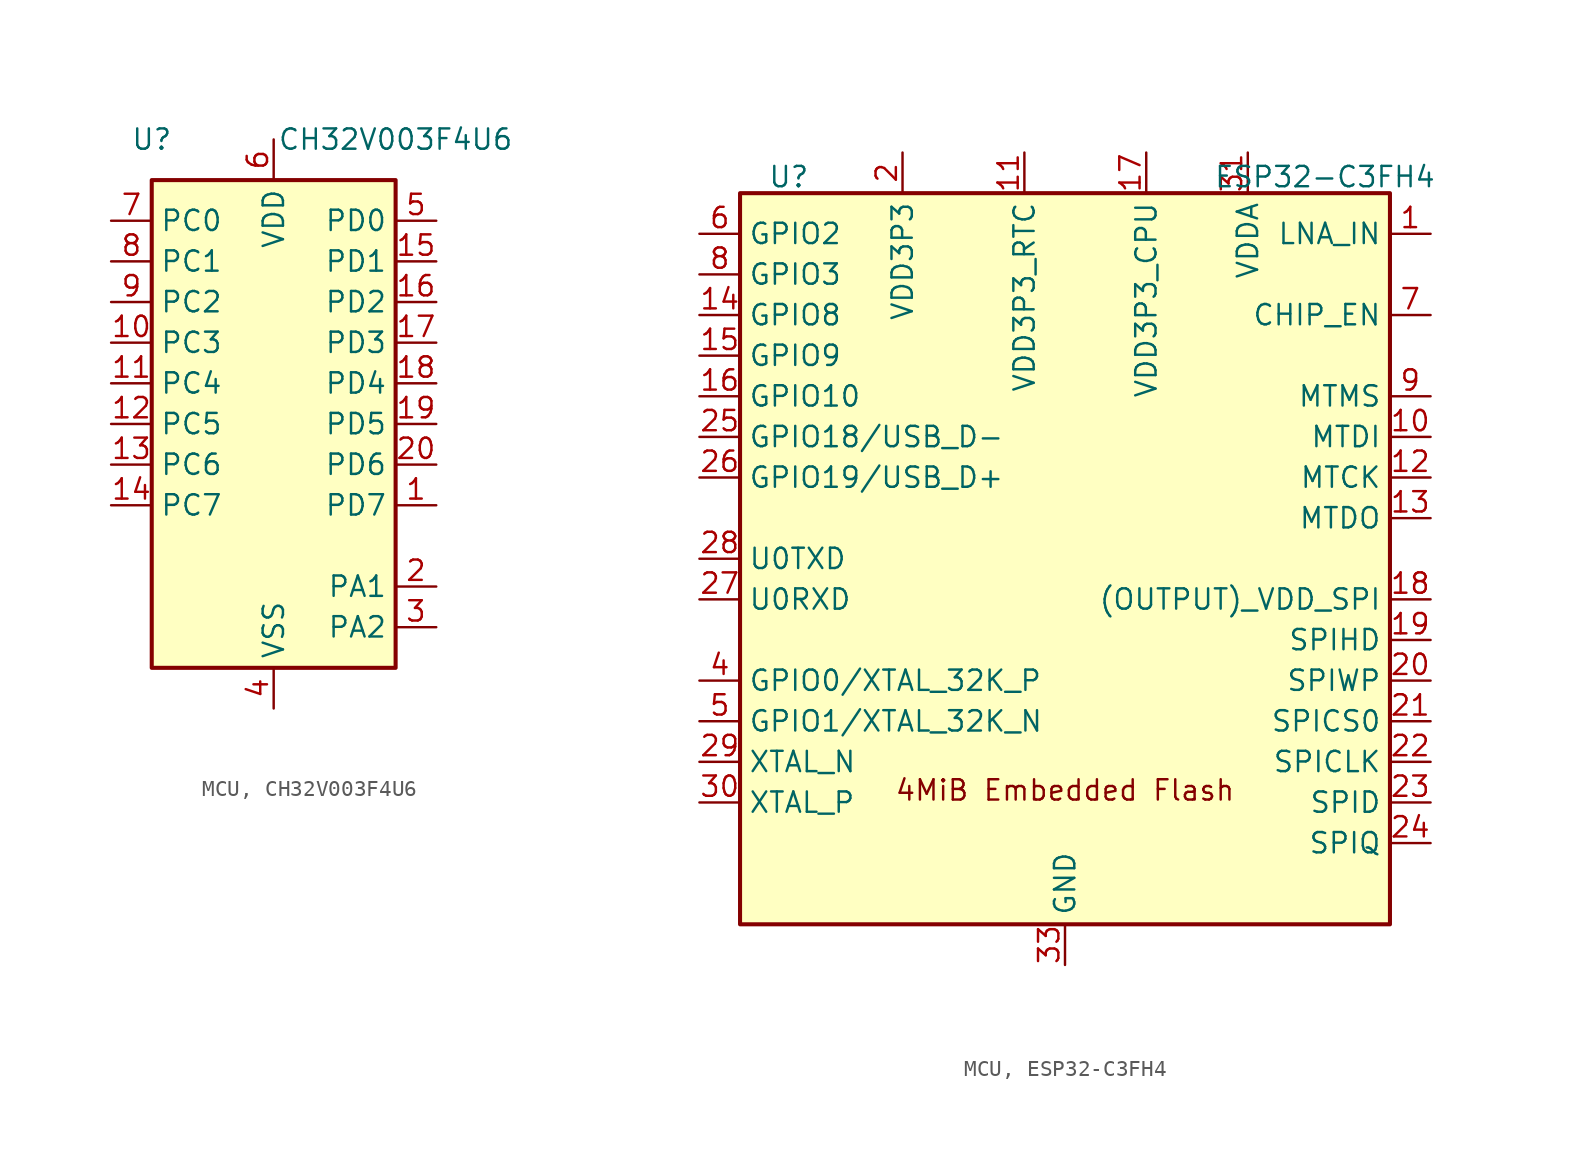
<source format=kicad_sym>
(kicad_symbol_lib
  (version 20231120)
  (generator "kicad_symbol_editor")
  (generator_version "8.0")
  (symbol "MCU, CH32V003F4U6"
    (property "Reference" "U"
      (at -7.62 17.78 0)
      (effects (font (size 1.27 1.27))))
    (property "Value" "CH32V003F4U6"
      (at 7.62 17.78 0)
      (effects (font (size 1.27 1.27))))
    (symbol "MCU, CH32V003F4U6_1_1"
      (rectangle (start -7.62 15.24) (end 7.62 -15.24) (stroke (width 0.254) (type default)) (fill (type background)))
      (pin bidirectional line (at 10.16 -5.08 180) (length 2.54) (name "PD7" (effects (font (size 1.27 1.27)))) (number "1" (effects (font (size 1.27 1.27)))) (alternate "NRST" bidirectional line) (alternate "OPP1" bidirectional line) (alternate "T2CH4" bidirectional line) (alternate "T2CH4_2" bidirectional line) (alternate "UCK_1" bidirectional line) (alternate "UCK_2" bidirectional line))
      (pin bidirectional line (at -10.16 5.08 0) (length 2.54) (name "PC3" (effects (font (size 1.27 1.27)))) (number "10" (effects (font (size 1.27 1.27)))) (alternate "T1CH1N_1" bidirectional line) (alternate "T1CH1N_3" bidirectional line) (alternate "T1CH3" bidirectional line) (alternate "T1CH3_2" bidirectional line) (alternate "UCTS_1" bidirectional line))
      (pin bidirectional line (at -10.16 2.54 0) (length 2.54) (name "PC4" (effects (font (size 1.27 1.27)))) (number "11" (effects (font (size 1.27 1.27)))) (alternate "A2" bidirectional line) (alternate "MCO" bidirectional line) (alternate "T1CH1_3" bidirectional line) (alternate "T1CH2N_1" bidirectional line) (alternate "T1CH4" bidirectional line) (alternate "T1CH4_2" bidirectional line))
      (pin bidirectional line (at -10.16 0 0) (length 2.54) (name "PC5" (effects (font (size 1.27 1.27)))) (number "12" (effects (font (size 1.27 1.27)))) (alternate "SCK" bidirectional line) (alternate "SCK_1" bidirectional line) (alternate "SCL_2" bidirectional line) (alternate "SCL_3" bidirectional line) (alternate "T1CH3_3" bidirectional line) (alternate "T1ETR" bidirectional line) (alternate "T1ETR_1" bidirectional line) (alternate "T2CH1ETR_1" bidirectional line) (alternate "UCK_3" bidirectional line))
      (pin bidirectional line (at -10.16 -2.54 0) (length 2.54) (name "PC6" (effects (font (size 1.27 1.27)))) (number "13" (effects (font (size 1.27 1.27)))) (alternate "MOSI" bidirectional line) (alternate "MOSI_1" bidirectional line) (alternate "SDA_2" bidirectional line) (alternate "SDA_3" bidirectional line) (alternate "T1CH1_1" bidirectional line) (alternate "T1CH3N_3" bidirectional line) (alternate "UCTS_2" bidirectional line) (alternate "UCTS_3" bidirectional line))
      (pin bidirectional line (at -10.16 -5.08 0) (length 2.54) (name "PC7" (effects (font (size 1.27 1.27)))) (number "14" (effects (font (size 1.27 1.27)))) (alternate "MISO" bidirectional line) (alternate "MISO_1" bidirectional line) (alternate "T1CH2_1" bidirectional line) (alternate "T1CH2_3" bidirectional line) (alternate "T2CH2_3" bidirectional line) (alternate "URTS_2" bidirectional line) (alternate "URTS_3" bidirectional line))
      (pin bidirectional line (at 10.16 10.16 180) (length 2.54) (name "PD1" (effects (font (size 1.27 1.27)))) (number "15" (effects (font (size 1.27 1.27)))) (alternate "AETR2" bidirectional line) (alternate "SCL_1" bidirectional line) (alternate "SWIO" bidirectional line) (alternate "T1CH3N" bidirectional line) (alternate "T1CH3N_1" bidirectional line) (alternate "T1CH3N_2" bidirectional line) (alternate "URX_1" bidirectional line))
      (pin bidirectional line (at 10.16 7.62 180) (length 2.54) (name "PD2" (effects (font (size 1.27 1.27)))) (number "16" (effects (font (size 1.27 1.27)))) (alternate "A3" bidirectional line) (alternate "T1CH1" bidirectional line) (alternate "T1CH1_2" bidirectional line) (alternate "T1CH2N_3" bidirectional line) (alternate "T2CH3_1" bidirectional line))
      (pin bidirectional line (at 10.16 5.08 180) (length 2.54) (name "PD3" (effects (font (size 1.27 1.27)))) (number "17" (effects (font (size 1.27 1.27)))) (alternate "A4" bidirectional line) (alternate "AETR" bidirectional line) (alternate "T1CH4_1" bidirectional line) (alternate "T2CH2" bidirectional line) (alternate "T2CH2_2" bidirectional line) (alternate "UCTS" bidirectional line))
      (pin bidirectional line (at 10.16 2.54 180) (length 2.54) (name "PD4" (effects (font (size 1.27 1.27)))) (number "18" (effects (font (size 1.27 1.27)))) (alternate "A7" bidirectional line) (alternate "OPO" bidirectional line) (alternate "T1CH4_3" bidirectional line) (alternate "T2CH1ETR" bidirectional line) (alternate "TIETR_2" bidirectional line) (alternate "UCK" bidirectional line))
      (pin bidirectional line (at 10.16 0 180) (length 2.54) (name "PD5" (effects (font (size 1.27 1.27)))) (number "19" (effects (font (size 1.27 1.27)))) (alternate "A5" bidirectional line) (alternate "T2CH4_3" bidirectional line) (alternate "URX_2" bidirectional line) (alternate "UTX" bidirectional line))
      (pin bidirectional line (at 10.16 -10.16 180) (length 2.54) (name "PA1" (effects (font (size 1.27 1.27)))) (number "2" (effects (font (size 1.27 1.27)))) (alternate "A1" bidirectional line) (alternate "OPN0" bidirectional line) (alternate "OSCI" bidirectional line) (alternate "T1CH2" bidirectional line) (alternate "T1CH2_2" bidirectional line))
      (pin bidirectional line (at 10.16 -2.54 180) (length 2.54) (name "PD6" (effects (font (size 1.27 1.27)))) (number "20" (effects (font (size 1.27 1.27)))) (alternate "A6" bidirectional line) (alternate "T2CH3_3" bidirectional line) (alternate "URX" bidirectional line) (alternate "UTX_2" bidirectional line))
      (pin passive line (at 0 -17.78 90) (length 2.54) hide (name "VSS" (effects (font (size 1.27 1.27)))) (number "21" (effects (font (size 1.27 1.27)))))
      (pin bidirectional line (at 10.16 -12.7 180) (length 2.54) (name "PA2" (effects (font (size 1.27 1.27)))) (number "3" (effects (font (size 1.27 1.27)))) (alternate "A0" bidirectional line) (alternate "AETR2_1" bidirectional line) (alternate "OPP0" bidirectional line) (alternate "OSCO" bidirectional line) (alternate "TICH2N" bidirectional line) (alternate "TICH2N_2" bidirectional line))
      (pin power_in line (at 0 -17.78 90) (length 2.54) (name "VSS" (effects (font (size 1.27 1.27)))) (number "4" (effects (font (size 1.27 1.27)))))
      (pin bidirectional line (at 10.16 12.7 180) (length 2.54) (name "PD0" (effects (font (size 1.27 1.27)))) (number "5" (effects (font (size 1.27 1.27)))) (alternate "OPN1" bidirectional line) (alternate "SDA_1" bidirectional line) (alternate "TICH1N" bidirectional line) (alternate "TICH1N_2" bidirectional line) (alternate "UTX_1" bidirectional line))
      (pin power_in line (at 0 17.78 270) (length 2.54) (name "VDD" (effects (font (size 1.27 1.27)))) (number "6" (effects (font (size 1.27 1.27)))))
      (pin bidirectional line (at -10.16 12.7 0) (length 2.54) (name "PC0" (effects (font (size 1.27 1.27)))) (number "7" (effects (font (size 1.27 1.27)))) (alternate "NSS_1" bidirectional line) (alternate "T1CH3_1" bidirectional line) (alternate "T2CH3" bidirectional line) (alternate "T2CH3_2" bidirectional line) (alternate "UTX_3" bidirectional line))
      (pin bidirectional line (at -10.16 10.16 0) (length 2.54) (name "PC1" (effects (font (size 1.27 1.27)))) (number "8" (effects (font (size 1.27 1.27)))) (alternate "NSS" bidirectional line) (alternate "SDA" bidirectional line) (alternate "T1BKIN_1" bidirectional line) (alternate "T1BKIN_3" bidirectional line) (alternate "T2CH1ETR_2" bidirectional line) (alternate "T2CH1ETR_3" bidirectional line) (alternate "T2CH4_1" bidirectional line) (alternate "URX_3" bidirectional line))
      (pin bidirectional line (at -10.16 7.62 0) (length 2.54) (name "PC2" (effects (font (size 1.27 1.27)))) (number "9" (effects (font (size 1.27 1.27)))) (alternate "AETR_1" bidirectional line) (alternate "SCL" bidirectional line) (alternate "T1BKIN" bidirectional line) (alternate "T1BKIN_2" bidirectional line) (alternate "T1ETR_3" bidirectional line) (alternate "T2CH2_1" bidirectional line) (alternate "URTS" bidirectional line) (alternate "URTS_1" bidirectional line))))
  (symbol "MCU, ESP32-C3FH4"
    (property "Reference" "U"
      (at -17.272 23.876 0)
      (effects (font (size 1.27 1.27))))
    (property "Value" "ESP32-C3FH4"
      (at 16.256 23.876 0)
      (effects (font (size 1.27 1.27))))
    (symbol "MCU, ESP32-C3FH4_1_1"
      (rectangle (start -20.32 22.86) (end 20.32 -22.86) (stroke (width 0.254) (type default)) (fill (type background)))
      (text "4MiB Embedded Flash" (at 0 -14.478 0) (effects (font (size 1.27 1.27))))
      (pin bidirectional line (at 22.86 20.32 180) (length 2.54) (name "LNA_IN" (effects (font (size 1.27 1.27)))) (number "1" (effects (font (size 1.27 1.27)))))
      (pin bidirectional line (at 22.86 7.62 180) (length 2.54) (name "MTDI" (effects (font (size 1.27 1.27)))) (number "10" (effects (font (size 1.27 1.27)))))
      (pin power_in line (at -2.54 25.4 270) (length 2.54) (name "VDD3P3_RTC" (effects (font (size 1.27 1.27)))) (number "11" (effects (font (size 1.27 1.27)))))
      (pin bidirectional line (at 22.86 5.08 180) (length 2.54) (name "MTCK" (effects (font (size 1.27 1.27)))) (number "12" (effects (font (size 1.27 1.27)))))
      (pin bidirectional line (at 22.86 2.54 180) (length 2.54) (name "MTDO" (effects (font (size 1.27 1.27)))) (number "13" (effects (font (size 1.27 1.27)))))
      (pin bidirectional line (at -22.86 15.24 0) (length 2.54) (name "GPIO8" (effects (font (size 1.27 1.27)))) (number "14" (effects (font (size 1.27 1.27)))))
      (pin bidirectional line (at -22.86 12.7 0) (length 2.54) (name "GPIO9" (effects (font (size 1.27 1.27)))) (number "15" (effects (font (size 1.27 1.27)))))
      (pin bidirectional line (at -22.86 10.16 0) (length 2.54) (name "GPIO10" (effects (font (size 1.27 1.27)))) (number "16" (effects (font (size 1.27 1.27)))))
      (pin power_in line (at 5.08 25.4 270) (length 2.54) (name "VDD3P3_CPU" (effects (font (size 1.27 1.27)))) (number "17" (effects (font (size 1.27 1.27)))))
      (pin power_out line (at 22.86 -2.54 180) (length 2.54) (name "(OUTPUT)_VDD_SPI" (effects (font (size 1.27 1.27)))) (number "18" (effects (font (size 1.27 1.27)))))
      (pin bidirectional line (at 22.86 -5.08 180) (length 2.54) (name "SPIHD" (effects (font (size 1.27 1.27)))) (number "19" (effects (font (size 1.27 1.27)))))
      (pin power_in line (at -10.16 25.4 270) (length 2.54) (name "VDD3P3" (effects (font (size 1.27 1.27)))) (number "2" (effects (font (size 1.27 1.27)))))
      (pin bidirectional line (at 22.86 -7.62 180) (length 2.54) (name "SPIWP" (effects (font (size 1.27 1.27)))) (number "20" (effects (font (size 1.27 1.27)))))
      (pin bidirectional line (at 22.86 -10.16 180) (length 2.54) (name "SPICS0" (effects (font (size 1.27 1.27)))) (number "21" (effects (font (size 1.27 1.27)))))
      (pin bidirectional line (at 22.86 -12.7 180) (length 2.54) (name "SPICLK" (effects (font (size 1.27 1.27)))) (number "22" (effects (font (size 1.27 1.27)))))
      (pin bidirectional line (at 22.86 -15.24 180) (length 2.54) (name "SPID" (effects (font (size 1.27 1.27)))) (number "23" (effects (font (size 1.27 1.27)))))
      (pin bidirectional line (at 22.86 -17.78 180) (length 2.54) (name "SPIQ" (effects (font (size 1.27 1.27)))) (number "24" (effects (font (size 1.27 1.27)))))
      (pin bidirectional line (at -22.86 7.62 0) (length 2.54) (name "GPIO18/USB_D-" (effects (font (size 1.27 1.27)))) (number "25" (effects (font (size 1.27 1.27)))))
      (pin bidirectional line (at -22.86 5.08 0) (length 2.54) (name "GPIO19/USB_D+" (effects (font (size 1.27 1.27)))) (number "26" (effects (font (size 1.27 1.27)))))
      (pin bidirectional line (at -22.86 -2.54 0) (length 2.54) (name "U0RXD" (effects (font (size 1.27 1.27)))) (number "27" (effects (font (size 1.27 1.27)))))
      (pin bidirectional line (at -22.86 0 0) (length 2.54) (name "U0TXD" (effects (font (size 1.27 1.27)))) (number "28" (effects (font (size 1.27 1.27)))))
      (pin bidirectional line (at -22.86 -12.7 0) (length 2.54) (name "XTAL_N" (effects (font (size 1.27 1.27)))) (number "29" (effects (font (size 1.27 1.27)))))
      (pin passive line (at -10.16 25.4 270) (length 2.54) hide (name "VDD3P3" (effects (font (size 1.27 1.27)))) (number "3" (effects (font (size 1.27 1.27)))))
      (pin bidirectional line (at -22.86 -15.24 0) (length 2.54) (name "XTAL_P" (effects (font (size 1.27 1.27)))) (number "30" (effects (font (size 1.27 1.27)))))
      (pin power_in line (at 11.43 25.4 270) (length 2.54) (name "VDDA" (effects (font (size 1.27 1.27)))) (number "31" (effects (font (size 1.27 1.27)))))
      (pin passive line (at 11.43 25.4 270) (length 2.54) hide (name "VDDA" (effects (font (size 1.27 1.27)))) (number "32" (effects (font (size 1.27 1.27)))))
      (pin power_in line (at 0 -25.4 90) (length 2.54) (name "GND" (effects (font (size 1.27 1.27)))) (number "33" (effects (font (size 1.27 1.27)))))
      (pin bidirectional line (at -22.86 -7.62 0) (length 2.54) (name "GPIO0/XTAL_32K_P" (effects (font (size 1.27 1.27)))) (number "4" (effects (font (size 1.27 1.27)))))
      (pin bidirectional line (at -22.86 -10.16 0) (length 2.54) (name "GPIO1/XTAL_32K_N" (effects (font (size 1.27 1.27)))) (number "5" (effects (font (size 1.27 1.27)))))
      (pin bidirectional line (at -22.86 20.32 0) (length 2.54) (name "GPIO2" (effects (font (size 1.27 1.27)))) (number "6" (effects (font (size 1.27 1.27)))))
      (pin bidirectional line (at 22.86 15.24 180) (length 2.54) (name "CHIP_EN" (effects (font (size 1.27 1.27)))) (number "7" (effects (font (size 1.27 1.27)))))
      (pin bidirectional line (at -22.86 17.78 0) (length 2.54) (name "GPIO3" (effects (font (size 1.27 1.27)))) (number "8" (effects (font (size 1.27 1.27)))))
      (pin bidirectional line (at 22.86 10.16 180) (length 2.54) (name "MTMS" (effects (font (size 1.27 1.27)))) (number "9" (effects (font (size 1.27 1.27))))))))
</source>
